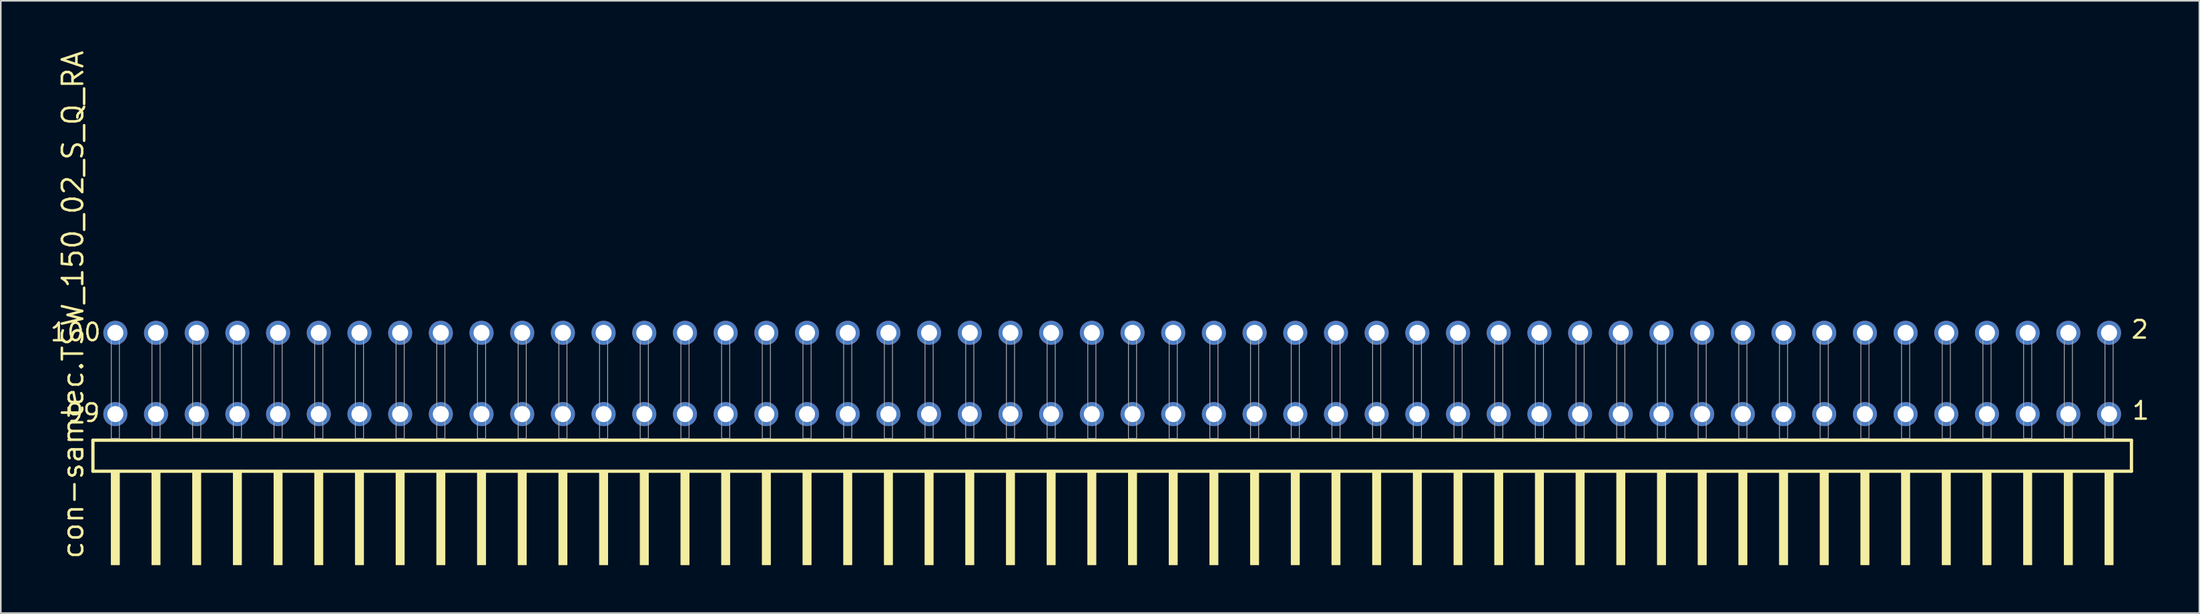
<source format=kicad_pcb>
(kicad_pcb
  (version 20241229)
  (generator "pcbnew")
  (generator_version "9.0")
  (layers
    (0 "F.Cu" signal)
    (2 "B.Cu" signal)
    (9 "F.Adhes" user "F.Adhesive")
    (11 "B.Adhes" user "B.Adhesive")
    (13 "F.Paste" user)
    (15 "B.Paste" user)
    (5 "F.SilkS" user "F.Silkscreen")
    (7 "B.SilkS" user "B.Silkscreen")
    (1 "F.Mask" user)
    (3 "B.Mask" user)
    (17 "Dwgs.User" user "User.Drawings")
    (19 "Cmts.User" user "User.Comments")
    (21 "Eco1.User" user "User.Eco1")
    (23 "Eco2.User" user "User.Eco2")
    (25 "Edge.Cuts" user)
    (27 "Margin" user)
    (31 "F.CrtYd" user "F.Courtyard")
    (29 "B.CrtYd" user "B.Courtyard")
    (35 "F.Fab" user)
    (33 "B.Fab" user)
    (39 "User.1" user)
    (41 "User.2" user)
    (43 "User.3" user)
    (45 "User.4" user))
  (footprint "con-samtec.TSW_150_02_S_Q_RA"
    (layer "F.Cu")
    (at 66.38 24.356)
    (property "Reference" "con-samtec.TSW_150_02_S_Q_RA" (at -64.135 7.62 90) (layer "F.SilkS") (effects (font (size 1.27 1.27) (thickness 0.16)) (justify left bottom)))
    (attr through_hole)
    (fp_line (start -63.629 0.106) (end -63.629 2.046) (stroke (width 0.203) (type default)) (layer "F.SilkS"))
    (fp_line (start -63.629 2.046) (end 63.629 2.046) (stroke (width 0.203) (type default)) (layer "F.SilkS"))
    (fp_line (start 63.629 0.106) (end -63.629 0.106) (stroke (width 0.203) (type default)) (layer "F.SilkS"))
    (fp_line (start 63.629 2.046) (end 63.629 0.106) (stroke (width 0.203) (type default)) (layer "F.SilkS"))
    (fp_rect (start -62.484 7.89) (end -61.976 2.04) (stroke (width 0.05) (type default)) (fill yes) (layer "F.SilkS"))
    (fp_rect (start -59.944 7.89) (end -59.436 2.04) (stroke (width 0.05) (type default)) (fill yes) (layer "F.SilkS"))
    (fp_rect (start -57.404 7.89) (end -56.896 2.04) (stroke (width 0.05) (type default)) (fill yes) (layer "F.SilkS"))
    (fp_rect (start -54.864 7.89) (end -54.356 2.04) (stroke (width 0.05) (type default)) (fill yes) (layer "F.SilkS"))
    (fp_rect (start -52.324 7.89) (end -51.816 2.04) (stroke (width 0.05) (type default)) (fill yes) (layer "F.SilkS"))
    (fp_rect (start -49.784 7.89) (end -49.276 2.04) (stroke (width 0.05) (type default)) (fill yes) (layer "F.SilkS"))
    (fp_rect (start -47.244 7.89) (end -46.736 2.04) (stroke (width 0.05) (type default)) (fill yes) (layer "F.SilkS"))
    (fp_rect (start -44.704 7.89) (end -44.196 2.04) (stroke (width 0.05) (type default)) (fill yes) (layer "F.SilkS"))
    (fp_rect (start -42.164 7.89) (end -41.656 2.04) (stroke (width 0.05) (type default)) (fill yes) (layer "F.SilkS"))
    (fp_rect (start -39.624 7.89) (end -39.116 2.04) (stroke (width 0.05) (type default)) (fill yes) (layer "F.SilkS"))
    (fp_rect (start -37.084 7.89) (end -36.576 2.04) (stroke (width 0.05) (type default)) (fill yes) (layer "F.SilkS"))
    (fp_rect (start -34.544 7.89) (end -34.036 2.04) (stroke (width 0.05) (type default)) (fill yes) (layer "F.SilkS"))
    (fp_rect (start -32.004 7.89) (end -31.496 2.04) (stroke (width 0.05) (type default)) (fill yes) (layer "F.SilkS"))
    (fp_rect (start -29.464 7.89) (end -28.956 2.04) (stroke (width 0.05) (type default)) (fill yes) (layer "F.SilkS"))
    (fp_rect (start -26.924 7.89) (end -26.416 2.04) (stroke (width 0.05) (type default)) (fill yes) (layer "F.SilkS"))
    (fp_rect (start -24.384 7.89) (end -23.876 2.04) (stroke (width 0.05) (type default)) (fill yes) (layer "F.SilkS"))
    (fp_rect (start -21.844 7.89) (end -21.336 2.04) (stroke (width 0.05) (type default)) (fill yes) (layer "F.SilkS"))
    (fp_rect (start -19.304 7.89) (end -18.796 2.04) (stroke (width 0.05) (type default)) (fill yes) (layer "F.SilkS"))
    (fp_rect (start -16.764 7.89) (end -16.256 2.04) (stroke (width 0.05) (type default)) (fill yes) (layer "F.SilkS"))
    (fp_rect (start -14.224 7.89) (end -13.716 2.04) (stroke (width 0.05) (type default)) (fill yes) (layer "F.SilkS"))
    (fp_rect (start -11.684 7.89) (end -11.176 2.04) (stroke (width 0.05) (type default)) (fill yes) (layer "F.SilkS"))
    (fp_rect (start -9.144 7.89) (end -8.636 2.04) (stroke (width 0.05) (type default)) (fill yes) (layer "F.SilkS"))
    (fp_rect (start -6.604 7.89) (end -6.096 2.04) (stroke (width 0.05) (type default)) (fill yes) (layer "F.SilkS"))
    (fp_rect (start -4.064 7.89) (end -3.556 2.04) (stroke (width 0.05) (type default)) (fill yes) (layer "F.SilkS"))
    (fp_rect (start -1.524 7.89) (end -1.016 2.04) (stroke (width 0.05) (type default)) (fill yes) (layer "F.SilkS"))
    (fp_rect (start 1.016 7.89) (end 1.524 2.04) (stroke (width 0.05) (type default)) (fill yes) (layer "F.SilkS"))
    (fp_rect (start 3.556 7.89) (end 4.064 2.04) (stroke (width 0.05) (type default)) (fill yes) (layer "F.SilkS"))
    (fp_rect (start 6.096 7.89) (end 6.604 2.04) (stroke (width 0.05) (type default)) (fill yes) (layer "F.SilkS"))
    (fp_rect (start 8.636 7.89) (end 9.144 2.04) (stroke (width 0.05) (type default)) (fill yes) (layer "F.SilkS"))
    (fp_rect (start 11.176 7.89) (end 11.684 2.04) (stroke (width 0.05) (type default)) (fill yes) (layer "F.SilkS"))
    (fp_rect (start 13.716 7.89) (end 14.224 2.04) (stroke (width 0.05) (type default)) (fill yes) (layer "F.SilkS"))
    (fp_rect (start 16.256 7.89) (end 16.764 2.04) (stroke (width 0.05) (type default)) (fill yes) (layer "F.SilkS"))
    (fp_rect (start 18.796 7.89) (end 19.304 2.04) (stroke (width 0.05) (type default)) (fill yes) (layer "F.SilkS"))
    (fp_rect (start 21.336 7.89) (end 21.844 2.04) (stroke (width 0.05) (type default)) (fill yes) (layer "F.SilkS"))
    (fp_rect (start 23.876 7.89) (end 24.384 2.04) (stroke (width 0.05) (type default)) (fill yes) (layer "F.SilkS"))
    (fp_rect (start 26.416 7.89) (end 26.924 2.04) (stroke (width 0.05) (type default)) (fill yes) (layer "F.SilkS"))
    (fp_rect (start 28.956 7.89) (end 29.464 2.04) (stroke (width 0.05) (type default)) (fill yes) (layer "F.SilkS"))
    (fp_rect (start 31.496 7.89) (end 32.004 2.04) (stroke (width 0.05) (type default)) (fill yes) (layer "F.SilkS"))
    (fp_rect (start 34.036 7.89) (end 34.544 2.04) (stroke (width 0.05) (type default)) (fill yes) (layer "F.SilkS"))
    (fp_rect (start 36.576 7.89) (end 37.084 2.04) (stroke (width 0.05) (type default)) (fill yes) (layer "F.SilkS"))
    (fp_rect (start 39.116 7.89) (end 39.624 2.04) (stroke (width 0.05) (type default)) (fill yes) (layer "F.SilkS"))
    (fp_rect (start 41.656 7.89) (end 42.164 2.04) (stroke (width 0.05) (type default)) (fill yes) (layer "F.SilkS"))
    (fp_rect (start 44.196 7.89) (end 44.704 2.04) (stroke (width 0.05) (type default)) (fill yes) (layer "F.SilkS"))
    (fp_rect (start 46.736 7.89) (end 47.244 2.04) (stroke (width 0.05) (type default)) (fill yes) (layer "F.SilkS"))
    (fp_rect (start 49.276 7.89) (end 49.784 2.04) (stroke (width 0.05) (type default)) (fill yes) (layer "F.SilkS"))
    (fp_rect (start 51.816 7.89) (end 52.324 2.04) (stroke (width 0.05) (type default)) (fill yes) (layer "F.SilkS"))
    (fp_rect (start 54.356 7.89) (end 54.864 2.04) (stroke (width 0.05) (type default)) (fill yes) (layer "F.SilkS"))
    (fp_rect (start 56.896 7.89) (end 57.404 2.04) (stroke (width 0.05) (type default)) (fill yes) (layer "F.SilkS"))
    (fp_rect (start 59.436 7.89) (end 59.944 2.04) (stroke (width 0.05) (type default)) (fill yes) (layer "F.SilkS"))
    (fp_rect (start 61.976 7.89) (end 62.484 2.04) (stroke (width 0.05) (type default)) (fill yes) (layer "F.SilkS"))
    (fp_rect (start -62.484 0) (end -61.976 -6.858) (stroke (width 0.05) (type default)) (fill no) (layer "F.Fab"))
    (fp_rect (start -59.944 0) (end -59.436 -6.858) (stroke (width 0.05) (type default)) (fill no) (layer "F.Fab"))
    (fp_rect (start -57.404 0) (end -56.896 -6.858) (stroke (width 0.05) (type default)) (fill no) (layer "F.Fab"))
    (fp_rect (start -54.864 0) (end -54.356 -6.858) (stroke (width 0.05) (type default)) (fill no) (layer "F.Fab"))
    (fp_rect (start -52.324 0) (end -51.816 -6.858) (stroke (width 0.05) (type default)) (fill no) (layer "F.Fab"))
    (fp_rect (start -49.784 0) (end -49.276 -6.858) (stroke (width 0.05) (type default)) (fill no) (layer "F.Fab"))
    (fp_rect (start -47.244 0) (end -46.736 -6.858) (stroke (width 0.05) (type default)) (fill no) (layer "F.Fab"))
    (fp_rect (start -44.704 0) (end -44.196 -6.858) (stroke (width 0.05) (type default)) (fill no) (layer "F.Fab"))
    (fp_rect (start -42.164 0) (end -41.656 -6.858) (stroke (width 0.05) (type default)) (fill no) (layer "F.Fab"))
    (fp_rect (start -39.624 0) (end -39.116 -6.858) (stroke (width 0.05) (type default)) (fill no) (layer "F.Fab"))
    (fp_rect (start -37.084 0) (end -36.576 -6.858) (stroke (width 0.05) (type default)) (fill no) (layer "F.Fab"))
    (fp_rect (start -34.544 0) (end -34.036 -6.858) (stroke (width 0.05) (type default)) (fill no) (layer "F.Fab"))
    (fp_rect (start -32.004 0) (end -31.496 -6.858) (stroke (width 0.05) (type default)) (fill no) (layer "F.Fab"))
    (fp_rect (start -29.464 0) (end -28.956 -6.858) (stroke (width 0.05) (type default)) (fill no) (layer "F.Fab"))
    (fp_rect (start -26.924 0) (end -26.416 -6.858) (stroke (width 0.05) (type default)) (fill no) (layer "F.Fab"))
    (fp_rect (start -24.384 0) (end -23.876 -6.858) (stroke (width 0.05) (type default)) (fill no) (layer "F.Fab"))
    (fp_rect (start -21.844 0) (end -21.336 -6.858) (stroke (width 0.05) (type default)) (fill no) (layer "F.Fab"))
    (fp_rect (start -19.304 0) (end -18.796 -6.858) (stroke (width 0.05) (type default)) (fill no) (layer "F.Fab"))
    (fp_rect (start -16.764 0) (end -16.256 -6.858) (stroke (width 0.05) (type default)) (fill no) (layer "F.Fab"))
    (fp_rect (start -14.224 0) (end -13.716 -6.858) (stroke (width 0.05) (type default)) (fill no) (layer "F.Fab"))
    (fp_rect (start -11.684 0) (end -11.176 -6.858) (stroke (width 0.05) (type default)) (fill no) (layer "F.Fab"))
    (fp_rect (start -9.144 0) (end -8.636 -6.858) (stroke (width 0.05) (type default)) (fill no) (layer "F.Fab"))
    (fp_rect (start -6.604 0) (end -6.096 -6.858) (stroke (width 0.05) (type default)) (fill no) (layer "F.Fab"))
    (fp_rect (start -4.064 0) (end -3.556 -6.858) (stroke (width 0.05) (type default)) (fill no) (layer "F.Fab"))
    (fp_rect (start -1.524 0) (end -1.016 -6.858) (stroke (width 0.05) (type default)) (fill no) (layer "F.Fab"))
    (fp_rect (start 1.016 0) (end 1.524 -6.858) (stroke (width 0.05) (type default)) (fill no) (layer "F.Fab"))
    (fp_rect (start 3.556 0) (end 4.064 -6.858) (stroke (width 0.05) (type default)) (fill no) (layer "F.Fab"))
    (fp_rect (start 6.096 0) (end 6.604 -6.858) (stroke (width 0.05) (type default)) (fill no) (layer "F.Fab"))
    (fp_rect (start 8.636 0) (end 9.144 -6.858) (stroke (width 0.05) (type default)) (fill no) (layer "F.Fab"))
    (fp_rect (start 11.176 0) (end 11.684 -6.858) (stroke (width 0.05) (type default)) (fill no) (layer "F.Fab"))
    (fp_rect (start 13.716 0) (end 14.224 -6.858) (stroke (width 0.05) (type default)) (fill no) (layer "F.Fab"))
    (fp_rect (start 16.256 0) (end 16.764 -6.858) (stroke (width 0.05) (type default)) (fill no) (layer "F.Fab"))
    (fp_rect (start 18.796 0) (end 19.304 -6.858) (stroke (width 0.05) (type default)) (fill no) (layer "F.Fab"))
    (fp_rect (start 21.336 0) (end 21.844 -6.858) (stroke (width 0.05) (type default)) (fill no) (layer "F.Fab"))
    (fp_rect (start 23.876 0) (end 24.384 -6.858) (stroke (width 0.05) (type default)) (fill no) (layer "F.Fab"))
    (fp_rect (start 26.416 0) (end 26.924 -6.858) (stroke (width 0.05) (type default)) (fill no) (layer "F.Fab"))
    (fp_rect (start 28.956 0) (end 29.464 -6.858) (stroke (width 0.05) (type default)) (fill no) (layer "F.Fab"))
    (fp_rect (start 31.496 0) (end 32.004 -6.858) (stroke (width 0.05) (type default)) (fill no) (layer "F.Fab"))
    (fp_rect (start 34.036 0) (end 34.544 -6.858) (stroke (width 0.05) (type default)) (fill no) (layer "F.Fab"))
    (fp_rect (start 36.576 0) (end 37.084 -6.858) (stroke (width 0.05) (type default)) (fill no) (layer "F.Fab"))
    (fp_rect (start 39.116 0) (end 39.624 -6.858) (stroke (width 0.05) (type default)) (fill no) (layer "F.Fab"))
    (fp_rect (start 41.656 0) (end 42.164 -6.858) (stroke (width 0.05) (type default)) (fill no) (layer "F.Fab"))
    (fp_rect (start 44.196 0) (end 44.704 -6.858) (stroke (width 0.05) (type default)) (fill no) (layer "F.Fab"))
    (fp_rect (start 46.736 0) (end 47.244 -6.858) (stroke (width 0.05) (type default)) (fill no) (layer "F.Fab"))
    (fp_rect (start 49.276 0) (end 49.784 -6.858) (stroke (width 0.05) (type default)) (fill no) (layer "F.Fab"))
    (fp_rect (start 51.816 0) (end 52.324 -6.858) (stroke (width 0.05) (type default)) (fill no) (layer "F.Fab"))
    (fp_rect (start 54.356 0) (end 54.864 -6.858) (stroke (width 0.05) (type default)) (fill no) (layer "F.Fab"))
    (fp_rect (start 56.896 0) (end 57.404 -6.858) (stroke (width 0.05) (type default)) (fill no) (layer "F.Fab"))
    (fp_rect (start 59.436 0) (end 59.944 -6.858) (stroke (width 0.05) (type default)) (fill no) (layer "F.Fab"))
    (fp_rect (start 61.976 0) (end 62.484 -6.858) (stroke (width 0.05) (type default)) (fill no) (layer "F.Fab"))
    (fp_text user "1" (at 63.59 -1.1 0) (layer "F.SilkS") (effects (font (size 1.1 1.1) (thickness 0.15)) (justify left bottom)))
    (fp_text user "100" (at -66.38 -6 0) (layer "F.SilkS") (effects (font (size 1.1 1.1) (thickness 0.15)) (justify left bottom)))
    (fp_text user "2" (at 63.53 -6.165 0) (layer "F.SilkS") (effects (font (size 1.1 1.1) (thickness 0.15)) (justify left bottom)))
    (fp_text user "99" (at -65.385 -0.955 0) (layer "F.SilkS") (effects (font (size 1.1 1.1) (thickness 0.15)) (justify left bottom)))
    (pad "1" thru_hole circle (at 62.23 -1.524 180) (size 1.5 1.5) (drill 1) (layers "*.Cu" "*.Mask"))
    (pad "2" thru_hole circle (at 62.23 -6.604 180) (size 1.5 1.5) (drill 1) (layers "*.Cu" "*.Mask"))
    (pad "3" thru_hole circle (at 59.69 -1.524 180) (size 1.5 1.5) (drill 1) (layers "*.Cu" "*.Mask"))
    (pad "4" thru_hole circle (at 59.69 -6.604 180) (size 1.5 1.5) (drill 1) (layers "*.Cu" "*.Mask"))
    (pad "5" thru_hole circle (at 57.15 -1.524 180) (size 1.5 1.5) (drill 1) (layers "*.Cu" "*.Mask"))
    (pad "6" thru_hole circle (at 57.15 -6.604 180) (size 1.5 1.5) (drill 1) (layers "*.Cu" "*.Mask"))
    (pad "7" thru_hole circle (at 54.61 -1.524 180) (size 1.5 1.5) (drill 1) (layers "*.Cu" "*.Mask"))
    (pad "8" thru_hole circle (at 54.61 -6.604 180) (size 1.5 1.5) (drill 1) (layers "*.Cu" "*.Mask"))
    (pad "9" thru_hole circle (at 52.07 -1.524 180) (size 1.5 1.5) (drill 1) (layers "*.Cu" "*.Mask"))
    (pad "10" thru_hole circle (at 52.07 -6.604 180) (size 1.5 1.5) (drill 1) (layers "*.Cu" "*.Mask"))
    (pad "11" thru_hole circle (at 49.53 -1.524 180) (size 1.5 1.5) (drill 1) (layers "*.Cu" "*.Mask"))
    (pad "12" thru_hole circle (at 49.53 -6.604 180) (size 1.5 1.5) (drill 1) (layers "*.Cu" "*.Mask"))
    (pad "13" thru_hole circle (at 46.99 -1.524 180) (size 1.5 1.5) (drill 1) (layers "*.Cu" "*.Mask"))
    (pad "14" thru_hole circle (at 46.99 -6.604 180) (size 1.5 1.5) (drill 1) (layers "*.Cu" "*.Mask"))
    (pad "15" thru_hole circle (at 44.45 -1.524 180) (size 1.5 1.5) (drill 1) (layers "*.Cu" "*.Mask"))
    (pad "16" thru_hole circle (at 44.45 -6.604 180) (size 1.5 1.5) (drill 1) (layers "*.Cu" "*.Mask"))
    (pad "17" thru_hole circle (at 41.91 -1.524 180) (size 1.5 1.5) (drill 1) (layers "*.Cu" "*.Mask"))
    (pad "18" thru_hole circle (at 41.91 -6.604 180) (size 1.5 1.5) (drill 1) (layers "*.Cu" "*.Mask"))
    (pad "19" thru_hole circle (at 39.37 -1.524 180) (size 1.5 1.5) (drill 1) (layers "*.Cu" "*.Mask"))
    (pad "20" thru_hole circle (at 39.37 -6.604 180) (size 1.5 1.5) (drill 1) (layers "*.Cu" "*.Mask"))
    (pad "21" thru_hole circle (at 36.83 -1.524 180) (size 1.5 1.5) (drill 1) (layers "*.Cu" "*.Mask"))
    (pad "22" thru_hole circle (at 36.83 -6.604 180) (size 1.5 1.5) (drill 1) (layers "*.Cu" "*.Mask"))
    (pad "23" thru_hole circle (at 34.29 -1.524 180) (size 1.5 1.5) (drill 1) (layers "*.Cu" "*.Mask"))
    (pad "24" thru_hole circle (at 34.29 -6.604 180) (size 1.5 1.5) (drill 1) (layers "*.Cu" "*.Mask"))
    (pad "25" thru_hole circle (at 31.75 -1.524 180) (size 1.5 1.5) (drill 1) (layers "*.Cu" "*.Mask"))
    (pad "26" thru_hole circle (at 31.75 -6.604 180) (size 1.5 1.5) (drill 1) (layers "*.Cu" "*.Mask"))
    (pad "27" thru_hole circle (at 29.21 -1.524 180) (size 1.5 1.5) (drill 1) (layers "*.Cu" "*.Mask"))
    (pad "28" thru_hole circle (at 29.21 -6.604 180) (size 1.5 1.5) (drill 1) (layers "*.Cu" "*.Mask"))
    (pad "29" thru_hole circle (at 26.67 -1.524 180) (size 1.5 1.5) (drill 1) (layers "*.Cu" "*.Mask"))
    (pad "30" thru_hole circle (at 26.67 -6.604 180) (size 1.5 1.5) (drill 1) (layers "*.Cu" "*.Mask"))
    (pad "31" thru_hole circle (at 24.13 -1.524 180) (size 1.5 1.5) (drill 1) (layers "*.Cu" "*.Mask"))
    (pad "32" thru_hole circle (at 24.13 -6.604 180) (size 1.5 1.5) (drill 1) (layers "*.Cu" "*.Mask"))
    (pad "33" thru_hole circle (at 21.59 -1.524 180) (size 1.5 1.5) (drill 1) (layers "*.Cu" "*.Mask"))
    (pad "34" thru_hole circle (at 21.59 -6.604 180) (size 1.5 1.5) (drill 1) (layers "*.Cu" "*.Mask"))
    (pad "35" thru_hole circle (at 19.05 -1.524 180) (size 1.5 1.5) (drill 1) (layers "*.Cu" "*.Mask"))
    (pad "36" thru_hole circle (at 19.05 -6.604 180) (size 1.5 1.5) (drill 1) (layers "*.Cu" "*.Mask"))
    (pad "37" thru_hole circle (at 16.51 -1.524 180) (size 1.5 1.5) (drill 1) (layers "*.Cu" "*.Mask"))
    (pad "38" thru_hole circle (at 16.51 -6.604 180) (size 1.5 1.5) (drill 1) (layers "*.Cu" "*.Mask"))
    (pad "39" thru_hole circle (at 13.97 -1.524 180) (size 1.5 1.5) (drill 1) (layers "*.Cu" "*.Mask"))
    (pad "40" thru_hole circle (at 13.97 -6.604 180) (size 1.5 1.5) (drill 1) (layers "*.Cu" "*.Mask"))
    (pad "41" thru_hole circle (at 11.43 -1.524 180) (size 1.5 1.5) (drill 1) (layers "*.Cu" "*.Mask"))
    (pad "42" thru_hole circle (at 11.43 -6.604 180) (size 1.5 1.5) (drill 1) (layers "*.Cu" "*.Mask"))
    (pad "43" thru_hole circle (at 8.89 -1.524 180) (size 1.5 1.5) (drill 1) (layers "*.Cu" "*.Mask"))
    (pad "44" thru_hole circle (at 8.89 -6.604 180) (size 1.5 1.5) (drill 1) (layers "*.Cu" "*.Mask"))
    (pad "45" thru_hole circle (at 6.35 -1.524 180) (size 1.5 1.5) (drill 1) (layers "*.Cu" "*.Mask"))
    (pad "46" thru_hole circle (at 6.35 -6.604 180) (size 1.5 1.5) (drill 1) (layers "*.Cu" "*.Mask"))
    (pad "47" thru_hole circle (at 3.81 -1.524 180) (size 1.5 1.5) (drill 1) (layers "*.Cu" "*.Mask"))
    (pad "48" thru_hole circle (at 3.81 -6.604 180) (size 1.5 1.5) (drill 1) (layers "*.Cu" "*.Mask"))
    (pad "49" thru_hole circle (at 1.27 -1.524 180) (size 1.5 1.5) (drill 1) (layers "*.Cu" "*.Mask"))
    (pad "50" thru_hole circle (at 1.27 -6.604 180) (size 1.5 1.5) (drill 1) (layers "*.Cu" "*.Mask"))
    (pad "51" thru_hole circle (at -1.27 -1.524 180) (size 1.5 1.5) (drill 1) (layers "*.Cu" "*.Mask"))
    (pad "52" thru_hole circle (at -1.27 -6.604 180) (size 1.5 1.5) (drill 1) (layers "*.Cu" "*.Mask"))
    (pad "53" thru_hole circle (at -3.81 -1.524 180) (size 1.5 1.5) (drill 1) (layers "*.Cu" "*.Mask"))
    (pad "54" thru_hole circle (at -3.81 -6.604 180) (size 1.5 1.5) (drill 1) (layers "*.Cu" "*.Mask"))
    (pad "55" thru_hole circle (at -6.35 -1.524 180) (size 1.5 1.5) (drill 1) (layers "*.Cu" "*.Mask"))
    (pad "56" thru_hole circle (at -6.35 -6.604 180) (size 1.5 1.5) (drill 1) (layers "*.Cu" "*.Mask"))
    (pad "57" thru_hole circle (at -8.89 -1.524 180) (size 1.5 1.5) (drill 1) (layers "*.Cu" "*.Mask"))
    (pad "58" thru_hole circle (at -8.89 -6.604 180) (size 1.5 1.5) (drill 1) (layers "*.Cu" "*.Mask"))
    (pad "59" thru_hole circle (at -11.43 -1.524 180) (size 1.5 1.5) (drill 1) (layers "*.Cu" "*.Mask"))
    (pad "60" thru_hole circle (at -11.43 -6.604 180) (size 1.5 1.5) (drill 1) (layers "*.Cu" "*.Mask"))
    (pad "61" thru_hole circle (at -13.97 -1.524 180) (size 1.5 1.5) (drill 1) (layers "*.Cu" "*.Mask"))
    (pad "62" thru_hole circle (at -13.97 -6.604 180) (size 1.5 1.5) (drill 1) (layers "*.Cu" "*.Mask"))
    (pad "63" thru_hole circle (at -16.51 -1.524 180) (size 1.5 1.5) (drill 1) (layers "*.Cu" "*.Mask"))
    (pad "64" thru_hole circle (at -16.51 -6.604 180) (size 1.5 1.5) (drill 1) (layers "*.Cu" "*.Mask"))
    (pad "65" thru_hole circle (at -19.05 -1.524 180) (size 1.5 1.5) (drill 1) (layers "*.Cu" "*.Mask"))
    (pad "66" thru_hole circle (at -19.05 -6.604 180) (size 1.5 1.5) (drill 1) (layers "*.Cu" "*.Mask"))
    (pad "67" thru_hole circle (at -21.59 -1.524 180) (size 1.5 1.5) (drill 1) (layers "*.Cu" "*.Mask"))
    (pad "68" thru_hole circle (at -21.59 -6.604 180) (size 1.5 1.5) (drill 1) (layers "*.Cu" "*.Mask"))
    (pad "69" thru_hole circle (at -24.13 -1.524 180) (size 1.5 1.5) (drill 1) (layers "*.Cu" "*.Mask"))
    (pad "70" thru_hole circle (at -24.13 -6.604 180) (size 1.5 1.5) (drill 1) (layers "*.Cu" "*.Mask"))
    (pad "71" thru_hole circle (at -26.67 -1.524 180) (size 1.5 1.5) (drill 1) (layers "*.Cu" "*.Mask"))
    (pad "72" thru_hole circle (at -26.67 -6.604 180) (size 1.5 1.5) (drill 1) (layers "*.Cu" "*.Mask"))
    (pad "73" thru_hole circle (at -29.21 -1.524 180) (size 1.5 1.5) (drill 1) (layers "*.Cu" "*.Mask"))
    (pad "74" thru_hole circle (at -29.21 -6.604 180) (size 1.5 1.5) (drill 1) (layers "*.Cu" "*.Mask"))
    (pad "75" thru_hole circle (at -31.75 -1.524 180) (size 1.5 1.5) (drill 1) (layers "*.Cu" "*.Mask"))
    (pad "76" thru_hole circle (at -31.75 -6.604 180) (size 1.5 1.5) (drill 1) (layers "*.Cu" "*.Mask"))
    (pad "77" thru_hole circle (at -34.29 -1.524 180) (size 1.5 1.5) (drill 1) (layers "*.Cu" "*.Mask"))
    (pad "78" thru_hole circle (at -34.29 -6.604 180) (size 1.5 1.5) (drill 1) (layers "*.Cu" "*.Mask"))
    (pad "79" thru_hole circle (at -36.83 -1.524 180) (size 1.5 1.5) (drill 1) (layers "*.Cu" "*.Mask"))
    (pad "80" thru_hole circle (at -36.83 -6.604 180) (size 1.5 1.5) (drill 1) (layers "*.Cu" "*.Mask"))
    (pad "81" thru_hole circle (at -39.37 -1.524 180) (size 1.5 1.5) (drill 1) (layers "*.Cu" "*.Mask"))
    (pad "82" thru_hole circle (at -39.37 -6.604 180) (size 1.5 1.5) (drill 1) (layers "*.Cu" "*.Mask"))
    (pad "83" thru_hole circle (at -41.91 -1.524 180) (size 1.5 1.5) (drill 1) (layers "*.Cu" "*.Mask"))
    (pad "84" thru_hole circle (at -41.91 -6.604 180) (size 1.5 1.5) (drill 1) (layers "*.Cu" "*.Mask"))
    (pad "85" thru_hole circle (at -44.45 -1.524 180) (size 1.5 1.5) (drill 1) (layers "*.Cu" "*.Mask"))
    (pad "86" thru_hole circle (at -44.45 -6.604 180) (size 1.5 1.5) (drill 1) (layers "*.Cu" "*.Mask"))
    (pad "87" thru_hole circle (at -46.99 -1.524 180) (size 1.5 1.5) (drill 1) (layers "*.Cu" "*.Mask"))
    (pad "88" thru_hole circle (at -46.99 -6.604 180) (size 1.5 1.5) (drill 1) (layers "*.Cu" "*.Mask"))
    (pad "89" thru_hole circle (at -49.53 -1.524 180) (size 1.5 1.5) (drill 1) (layers "*.Cu" "*.Mask"))
    (pad "90" thru_hole circle (at -49.53 -6.604 180) (size 1.5 1.5) (drill 1) (layers "*.Cu" "*.Mask"))
    (pad "91" thru_hole circle (at -52.07 -1.524 180) (size 1.5 1.5) (drill 1) (layers "*.Cu" "*.Mask"))
    (pad "92" thru_hole circle (at -52.07 -6.604 180) (size 1.5 1.5) (drill 1) (layers "*.Cu" "*.Mask"))
    (pad "93" thru_hole circle (at -54.61 -1.524 180) (size 1.5 1.5) (drill 1) (layers "*.Cu" "*.Mask"))
    (pad "94" thru_hole circle (at -54.61 -6.604 180) (size 1.5 1.5) (drill 1) (layers "*.Cu" "*.Mask"))
    (pad "95" thru_hole circle (at -57.15 -1.524 180) (size 1.5 1.5) (drill 1) (layers "*.Cu" "*.Mask"))
    (pad "96" thru_hole circle (at -57.15 -6.604 180) (size 1.5 1.5) (drill 1) (layers "*.Cu" "*.Mask"))
    (pad "97" thru_hole circle (at -59.69 -1.524 180) (size 1.5 1.5) (drill 1) (layers "*.Cu" "*.Mask"))
    (pad "98" thru_hole circle (at -59.69 -6.604 180) (size 1.5 1.5) (drill 1) (layers "*.Cu" "*.Mask"))
    (pad "99" thru_hole circle (at -62.23 -1.524 180) (size 1.5 1.5) (drill 1) (layers "*.Cu" "*.Mask"))
    (pad "100" thru_hole circle (at -62.23 -6.604 180) (size 1.5 1.5) (drill 1) (layers "*.Cu" "*.Mask")))
  (gr_rect
    (start -3 -3)
    (end 134.248 35.271)
    (stroke (width 0.1) (type default))
    (fill no)
    (layer "Edge.Cuts")))
</source>
